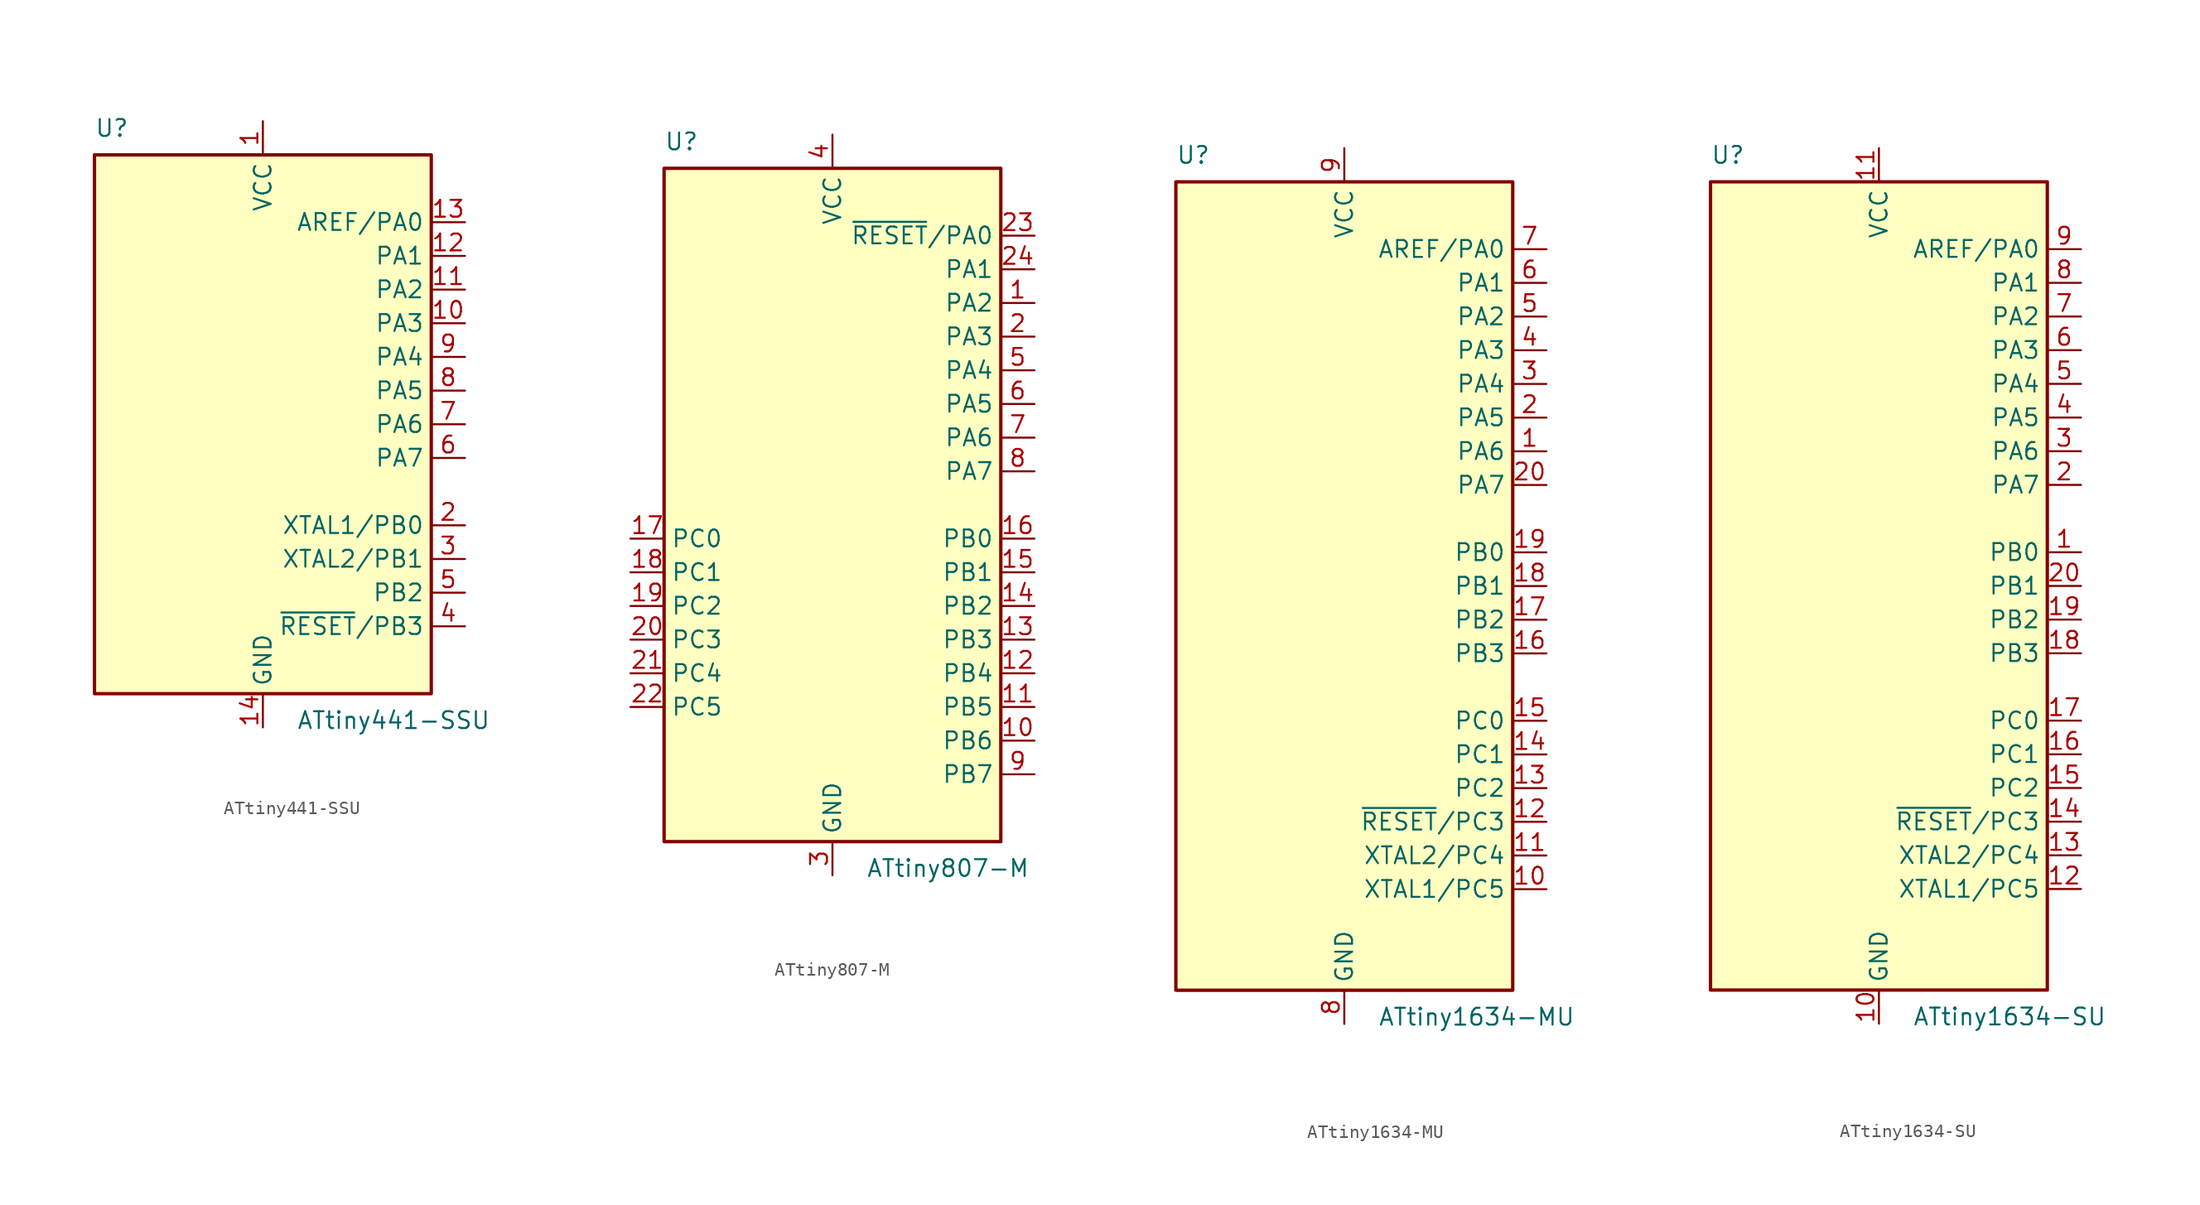
<source format=kicad_sym>
(kicad_symbol_lib
  (version 20201005)
  (generator kicad_symbol_editor)
  (symbol "ATtiny441-SSU"
    (property "Reference" "U"
      (at -12.7 21.59 0)
      (effects (font (size 1.27 1.27)) (justify left bottom)))
    (property "Value" "ATtiny441-SSU"
      (at 2.54 -21.59 0)
      (effects (font (size 1.27 1.27)) (justify left top)))
    (symbol "ATtiny441-SSU_0_1"
      (rectangle (start -12.7 -20.32) (end 12.7 20.32) (stroke (width 0.254)) (fill (type background))))
    (symbol "ATtiny441-SSU_1_1"
      (pin power_in line (at 0 22.86 270) (length 2.54) (name "VCC" (effects (font (size 1.27 1.27)))) (number "1" (effects (font (size 1.27 1.27)))))
      (pin tri_state line (at 15.24 7.62 180) (length 2.54) (name "PA3" (effects (font (size 1.27 1.27)))) (number "10" (effects (font (size 1.27 1.27)))))
      (pin tri_state line (at 15.24 10.16 180) (length 2.54) (name "PA2" (effects (font (size 1.27 1.27)))) (number "11" (effects (font (size 1.27 1.27)))))
      (pin tri_state line (at 15.24 12.7 180) (length 2.54) (name "PA1" (effects (font (size 1.27 1.27)))) (number "12" (effects (font (size 1.27 1.27)))))
      (pin tri_state line (at 15.24 15.24 180) (length 2.54) (name "AREF/PA0" (effects (font (size 1.27 1.27)))) (number "13" (effects (font (size 1.27 1.27)))))
      (pin power_in line (at 0 -22.86 90) (length 2.54) (name "GND" (effects (font (size 1.27 1.27)))) (number "14" (effects (font (size 1.27 1.27)))))
      (pin tri_state line (at 15.24 -7.62 180) (length 2.54) (name "XTAL1/PB0" (effects (font (size 1.27 1.27)))) (number "2" (effects (font (size 1.27 1.27)))))
      (pin tri_state line (at 15.24 -10.16 180) (length 2.54) (name "XTAL2/PB1" (effects (font (size 1.27 1.27)))) (number "3" (effects (font (size 1.27 1.27)))))
      (pin tri_state line (at 15.24 -15.24 180) (length 2.54) (name "~RESET~/PB3" (effects (font (size 1.27 1.27)))) (number "4" (effects (font (size 1.27 1.27)))))
      (pin tri_state line (at 15.24 -12.7 180) (length 2.54) (name "PB2" (effects (font (size 1.27 1.27)))) (number "5" (effects (font (size 1.27 1.27)))))
      (pin tri_state line (at 15.24 -2.54 180) (length 2.54) (name "PA7" (effects (font (size 1.27 1.27)))) (number "6" (effects (font (size 1.27 1.27)))))
      (pin tri_state line (at 15.24 0 180) (length 2.54) (name "PA6" (effects (font (size 1.27 1.27)))) (number "7" (effects (font (size 1.27 1.27)))))
      (pin tri_state line (at 15.24 2.54 180) (length 2.54) (name "PA5" (effects (font (size 1.27 1.27)))) (number "8" (effects (font (size 1.27 1.27)))))
      (pin tri_state line (at 15.24 5.08 180) (length 2.54) (name "PA4" (effects (font (size 1.27 1.27)))) (number "9" (effects (font (size 1.27 1.27)))))))
  (symbol "ATtiny807-M"
    (property "Reference" "U"
      (at -12.7 26.67 0)
      (effects (font (size 1.27 1.27)) (justify left bottom)))
    (property "Value" "ATtiny807-M"
      (at 2.54 -26.67 0)
      (effects (font (size 1.27 1.27)) (justify left top)))
    (symbol "ATtiny807-M_0_1"
      (rectangle (start -12.7 -25.4) (end 12.7 25.4) (stroke (width 0.254)) (fill (type background))))
    (symbol "ATtiny807-M_1_1"
      (pin tri_state line (at 15.24 15.24 180) (length 2.54) (name "PA2" (effects (font (size 1.27 1.27)))) (number "1" (effects (font (size 1.27 1.27)))))
      (pin tri_state line (at 15.24 -17.78 180) (length 2.54) (name "PB6" (effects (font (size 1.27 1.27)))) (number "10" (effects (font (size 1.27 1.27)))))
      (pin tri_state line (at 15.24 -15.24 180) (length 2.54) (name "PB5" (effects (font (size 1.27 1.27)))) (number "11" (effects (font (size 1.27 1.27)))))
      (pin tri_state line (at 15.24 -12.7 180) (length 2.54) (name "PB4" (effects (font (size 1.27 1.27)))) (number "12" (effects (font (size 1.27 1.27)))))
      (pin tri_state line (at 15.24 -10.16 180) (length 2.54) (name "PB3" (effects (font (size 1.27 1.27)))) (number "13" (effects (font (size 1.27 1.27)))))
      (pin tri_state line (at 15.24 -7.62 180) (length 2.54) (name "PB2" (effects (font (size 1.27 1.27)))) (number "14" (effects (font (size 1.27 1.27)))))
      (pin tri_state line (at 15.24 -5.08 180) (length 2.54) (name "PB1" (effects (font (size 1.27 1.27)))) (number "15" (effects (font (size 1.27 1.27)))))
      (pin tri_state line (at 15.24 -2.54 180) (length 2.54) (name "PB0" (effects (font (size 1.27 1.27)))) (number "16" (effects (font (size 1.27 1.27)))))
      (pin tri_state line (at -15.24 -2.54 0) (length 2.54) (name "PC0" (effects (font (size 1.27 1.27)))) (number "17" (effects (font (size 1.27 1.27)))))
      (pin tri_state line (at -15.24 -5.08 0) (length 2.54) (name "PC1" (effects (font (size 1.27 1.27)))) (number "18" (effects (font (size 1.27 1.27)))))
      (pin tri_state line (at -15.24 -7.62 0) (length 2.54) (name "PC2" (effects (font (size 1.27 1.27)))) (number "19" (effects (font (size 1.27 1.27)))))
      (pin tri_state line (at 15.24 12.7 180) (length 2.54) (name "PA3" (effects (font (size 1.27 1.27)))) (number "2" (effects (font (size 1.27 1.27)))))
      (pin tri_state line (at -15.24 -10.16 0) (length 2.54) (name "PC3" (effects (font (size 1.27 1.27)))) (number "20" (effects (font (size 1.27 1.27)))))
      (pin tri_state line (at -15.24 -12.7 0) (length 2.54) (name "PC4" (effects (font (size 1.27 1.27)))) (number "21" (effects (font (size 1.27 1.27)))))
      (pin tri_state line (at -15.24 -15.24 0) (length 2.54) (name "PC5" (effects (font (size 1.27 1.27)))) (number "22" (effects (font (size 1.27 1.27)))))
      (pin tri_state line (at 15.24 20.32 180) (length 2.54) (name "~RESET~/PA0" (effects (font (size 1.27 1.27)))) (number "23" (effects (font (size 1.27 1.27)))))
      (pin tri_state line (at 15.24 17.78 180) (length 2.54) (name "PA1" (effects (font (size 1.27 1.27)))) (number "24" (effects (font (size 1.27 1.27)))))
      (pin passive line (at 0 -27.94 90) (length 2.54) hide (name "GND" (effects (font (size 1.27 1.27)))) (number "25" (effects (font (size 1.27 1.27)))))
      (pin power_in line (at 0 -27.94 90) (length 2.54) (name "GND" (effects (font (size 1.27 1.27)))) (number "3" (effects (font (size 1.27 1.27)))))
      (pin power_in line (at 0 27.94 270) (length 2.54) (name "VCC" (effects (font (size 1.27 1.27)))) (number "4" (effects (font (size 1.27 1.27)))))
      (pin tri_state line (at 15.24 10.16 180) (length 2.54) (name "PA4" (effects (font (size 1.27 1.27)))) (number "5" (effects (font (size 1.27 1.27)))))
      (pin tri_state line (at 15.24 7.62 180) (length 2.54) (name "PA5" (effects (font (size 1.27 1.27)))) (number "6" (effects (font (size 1.27 1.27)))))
      (pin tri_state line (at 15.24 5.08 180) (length 2.54) (name "PA6" (effects (font (size 1.27 1.27)))) (number "7" (effects (font (size 1.27 1.27)))))
      (pin tri_state line (at 15.24 2.54 180) (length 2.54) (name "PA7" (effects (font (size 1.27 1.27)))) (number "8" (effects (font (size 1.27 1.27)))))
      (pin tri_state line (at 15.24 -20.32 180) (length 2.54) (name "PB7" (effects (font (size 1.27 1.27)))) (number "9" (effects (font (size 1.27 1.27)))))))
  (symbol "ATtiny1634-MU"
    (property "Reference" "U"
      (at -12.7 31.75 0)
      (effects (font (size 1.27 1.27)) (justify left bottom)))
    (property "Value" "ATtiny1634-MU"
      (at 2.54 -31.75 0)
      (effects (font (size 1.27 1.27)) (justify left top)))
    (symbol "ATtiny1634-MU_0_1"
      (rectangle (start -12.7 -30.48) (end 12.7 30.48) (stroke (width 0.254)) (fill (type background))))
    (symbol "ATtiny1634-MU_1_1"
      (pin tri_state line (at 15.24 10.16 180) (length 2.54) (name "PA6" (effects (font (size 1.27 1.27)))) (number "1" (effects (font (size 1.27 1.27)))))
      (pin tri_state line (at 15.24 -22.86 180) (length 2.54) (name "XTAL1/PC5" (effects (font (size 1.27 1.27)))) (number "10" (effects (font (size 1.27 1.27)))))
      (pin tri_state line (at 15.24 -20.32 180) (length 2.54) (name "XTAL2/PC4" (effects (font (size 1.27 1.27)))) (number "11" (effects (font (size 1.27 1.27)))))
      (pin tri_state line (at 15.24 -17.78 180) (length 2.54) (name "~RESET~/PC3" (effects (font (size 1.27 1.27)))) (number "12" (effects (font (size 1.27 1.27)))))
      (pin tri_state line (at 15.24 -15.24 180) (length 2.54) (name "PC2" (effects (font (size 1.27 1.27)))) (number "13" (effects (font (size 1.27 1.27)))))
      (pin tri_state line (at 15.24 -12.7 180) (length 2.54) (name "PC1" (effects (font (size 1.27 1.27)))) (number "14" (effects (font (size 1.27 1.27)))))
      (pin tri_state line (at 15.24 -10.16 180) (length 2.54) (name "PC0" (effects (font (size 1.27 1.27)))) (number "15" (effects (font (size 1.27 1.27)))))
      (pin tri_state line (at 15.24 -5.08 180) (length 2.54) (name "PB3" (effects (font (size 1.27 1.27)))) (number "16" (effects (font (size 1.27 1.27)))))
      (pin tri_state line (at 15.24 -2.54 180) (length 2.54) (name "PB2" (effects (font (size 1.27 1.27)))) (number "17" (effects (font (size 1.27 1.27)))))
      (pin tri_state line (at 15.24 0 180) (length 2.54) (name "PB1" (effects (font (size 1.27 1.27)))) (number "18" (effects (font (size 1.27 1.27)))))
      (pin tri_state line (at 15.24 2.54 180) (length 2.54) (name "PB0" (effects (font (size 1.27 1.27)))) (number "19" (effects (font (size 1.27 1.27)))))
      (pin tri_state line (at 15.24 12.7 180) (length 2.54) (name "PA5" (effects (font (size 1.27 1.27)))) (number "2" (effects (font (size 1.27 1.27)))))
      (pin tri_state line (at 15.24 7.62 180) (length 2.54) (name "PA7" (effects (font (size 1.27 1.27)))) (number "20" (effects (font (size 1.27 1.27)))))
      (pin passive line (at 0 -33.02 90) (length 2.54) hide (name "GND" (effects (font (size 1.27 1.27)))) (number "21" (effects (font (size 1.27 1.27)))))
      (pin tri_state line (at 15.24 15.24 180) (length 2.54) (name "PA4" (effects (font (size 1.27 1.27)))) (number "3" (effects (font (size 1.27 1.27)))))
      (pin tri_state line (at 15.24 17.78 180) (length 2.54) (name "PA3" (effects (font (size 1.27 1.27)))) (number "4" (effects (font (size 1.27 1.27)))))
      (pin tri_state line (at 15.24 20.32 180) (length 2.54) (name "PA2" (effects (font (size 1.27 1.27)))) (number "5" (effects (font (size 1.27 1.27)))))
      (pin tri_state line (at 15.24 22.86 180) (length 2.54) (name "PA1" (effects (font (size 1.27 1.27)))) (number "6" (effects (font (size 1.27 1.27)))))
      (pin tri_state line (at 15.24 25.4 180) (length 2.54) (name "AREF/PA0" (effects (font (size 1.27 1.27)))) (number "7" (effects (font (size 1.27 1.27)))))
      (pin power_in line (at 0 -33.02 90) (length 2.54) (name "GND" (effects (font (size 1.27 1.27)))) (number "8" (effects (font (size 1.27 1.27)))))
      (pin power_in line (at 0 33.02 270) (length 2.54) (name "VCC" (effects (font (size 1.27 1.27)))) (number "9" (effects (font (size 1.27 1.27)))))))
  (symbol "ATtiny1634-SU"
    (property "Reference" "U"
      (at -12.7 31.75 0)
      (effects (font (size 1.27 1.27)) (justify left bottom)))
    (property "Value" "ATtiny1634-SU"
      (at 2.54 -31.75 0)
      (effects (font (size 1.27 1.27)) (justify left top)))
    (symbol "ATtiny1634-SU_0_1"
      (rectangle (start -12.7 -30.48) (end 12.7 30.48) (stroke (width 0.254)) (fill (type background))))
    (symbol "ATtiny1634-SU_1_1"
      (pin tri_state line (at 15.24 2.54 180) (length 2.54) (name "PB0" (effects (font (size 1.27 1.27)))) (number "1" (effects (font (size 1.27 1.27)))))
      (pin power_in line (at 0 -33.02 90) (length 2.54) (name "GND" (effects (font (size 1.27 1.27)))) (number "10" (effects (font (size 1.27 1.27)))))
      (pin power_in line (at 0 33.02 270) (length 2.54) (name "VCC" (effects (font (size 1.27 1.27)))) (number "11" (effects (font (size 1.27 1.27)))))
      (pin tri_state line (at 15.24 -22.86 180) (length 2.54) (name "XTAL1/PC5" (effects (font (size 1.27 1.27)))) (number "12" (effects (font (size 1.27 1.27)))))
      (pin tri_state line (at 15.24 -20.32 180) (length 2.54) (name "XTAL2/PC4" (effects (font (size 1.27 1.27)))) (number "13" (effects (font (size 1.27 1.27)))))
      (pin tri_state line (at 15.24 -17.78 180) (length 2.54) (name "~RESET~/PC3" (effects (font (size 1.27 1.27)))) (number "14" (effects (font (size 1.27 1.27)))))
      (pin tri_state line (at 15.24 -15.24 180) (length 2.54) (name "PC2" (effects (font (size 1.27 1.27)))) (number "15" (effects (font (size 1.27 1.27)))))
      (pin tri_state line (at 15.24 -12.7 180) (length 2.54) (name "PC1" (effects (font (size 1.27 1.27)))) (number "16" (effects (font (size 1.27 1.27)))))
      (pin tri_state line (at 15.24 -10.16 180) (length 2.54) (name "PC0" (effects (font (size 1.27 1.27)))) (number "17" (effects (font (size 1.27 1.27)))))
      (pin tri_state line (at 15.24 -5.08 180) (length 2.54) (name "PB3" (effects (font (size 1.27 1.27)))) (number "18" (effects (font (size 1.27 1.27)))))
      (pin tri_state line (at 15.24 -2.54 180) (length 2.54) (name "PB2" (effects (font (size 1.27 1.27)))) (number "19" (effects (font (size 1.27 1.27)))))
      (pin tri_state line (at 15.24 7.62 180) (length 2.54) (name "PA7" (effects (font (size 1.27 1.27)))) (number "2" (effects (font (size 1.27 1.27)))))
      (pin tri_state line (at 15.24 0 180) (length 2.54) (name "PB1" (effects (font (size 1.27 1.27)))) (number "20" (effects (font (size 1.27 1.27)))))
      (pin tri_state line (at 15.24 10.16 180) (length 2.54) (name "PA6" (effects (font (size 1.27 1.27)))) (number "3" (effects (font (size 1.27 1.27)))))
      (pin tri_state line (at 15.24 12.7 180) (length 2.54) (name "PA5" (effects (font (size 1.27 1.27)))) (number "4" (effects (font (size 1.27 1.27)))))
      (pin tri_state line (at 15.24 15.24 180) (length 2.54) (name "PA4" (effects (font (size 1.27 1.27)))) (number "5" (effects (font (size 1.27 1.27)))))
      (pin tri_state line (at 15.24 17.78 180) (length 2.54) (name "PA3" (effects (font (size 1.27 1.27)))) (number "6" (effects (font (size 1.27 1.27)))))
      (pin tri_state line (at 15.24 20.32 180) (length 2.54) (name "PA2" (effects (font (size 1.27 1.27)))) (number "7" (effects (font (size 1.27 1.27)))))
      (pin tri_state line (at 15.24 22.86 180) (length 2.54) (name "PA1" (effects (font (size 1.27 1.27)))) (number "8" (effects (font (size 1.27 1.27)))))
      (pin tri_state line (at 15.24 25.4 180) (length 2.54) (name "AREF/PA0" (effects (font (size 1.27 1.27)))) (number "9" (effects (font (size 1.27 1.27))))))))
</source>
